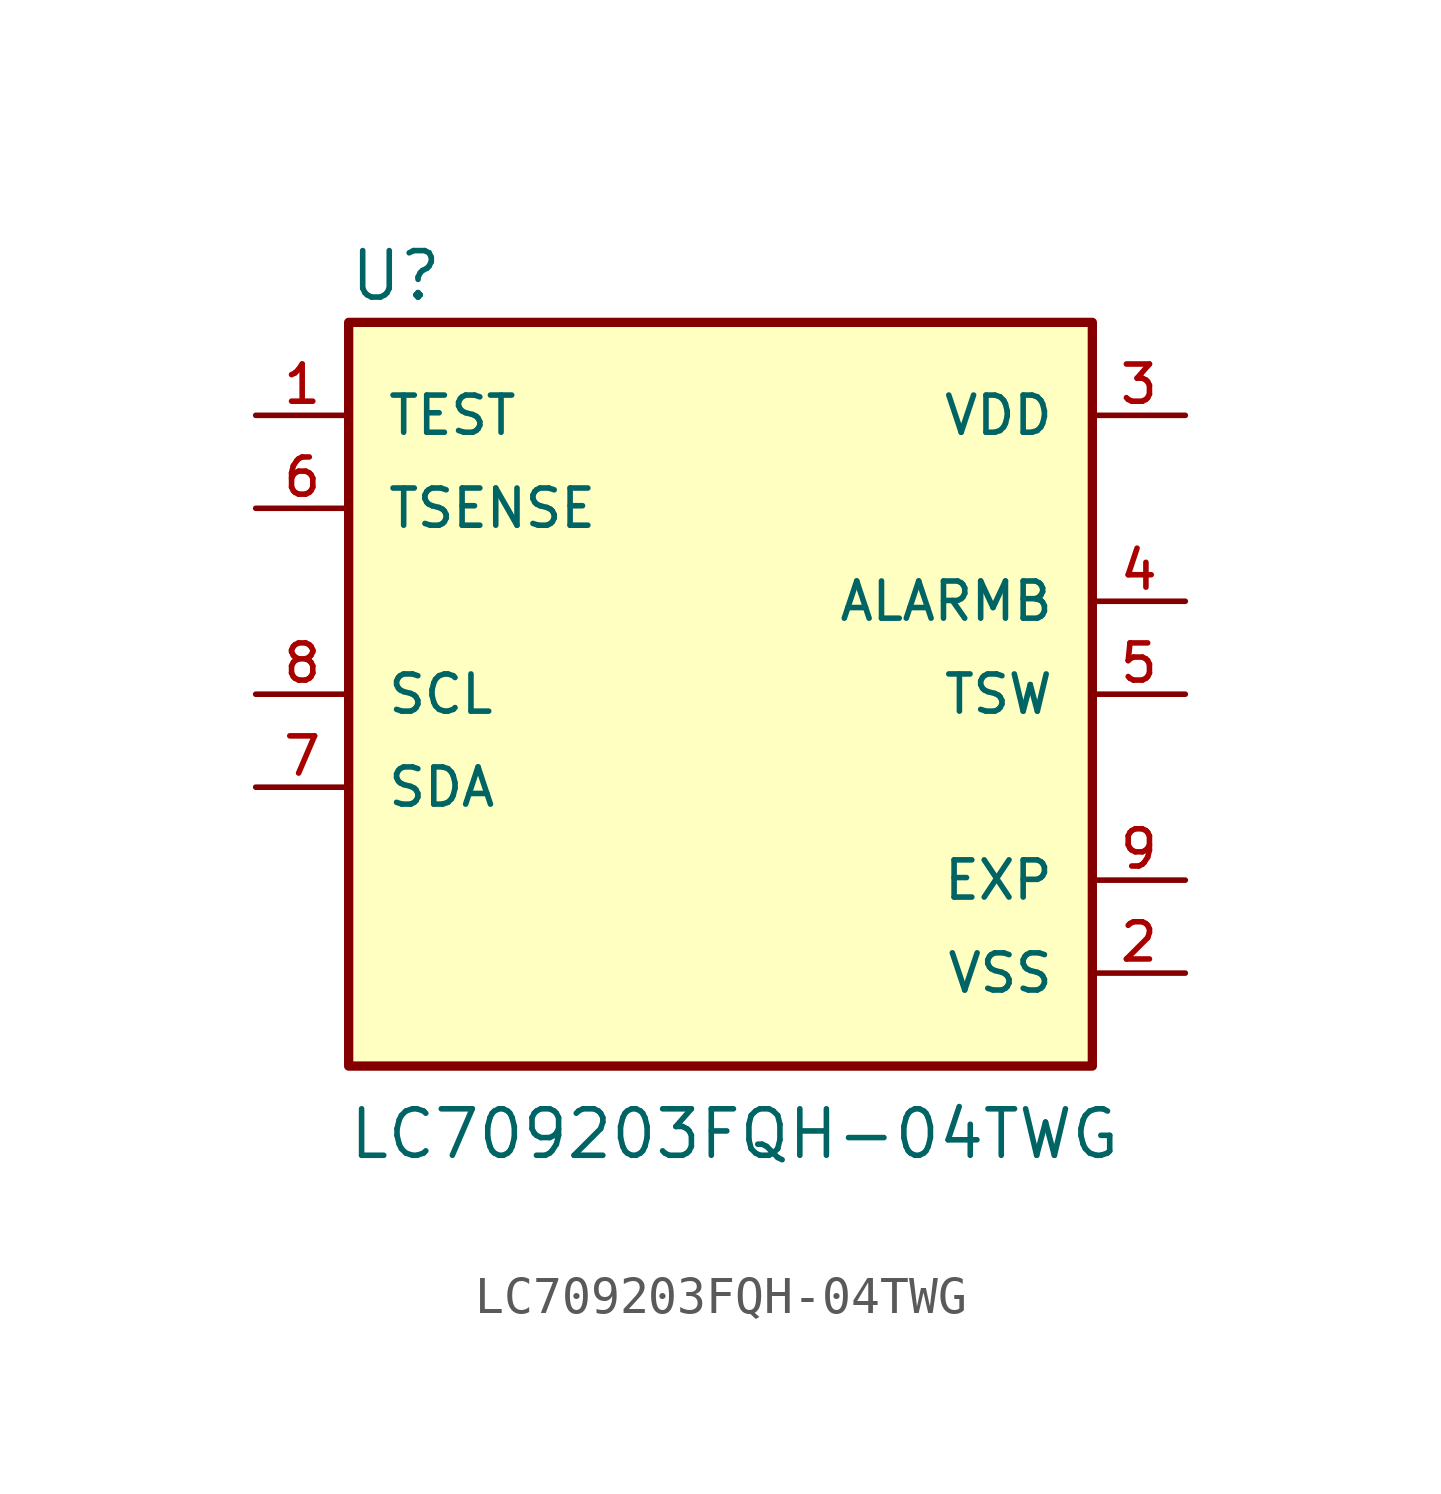
<source format=kicad_sym>
(kicad_symbol_lib
  (version 20211014)
  (generator kicad_symbol_editor)
  (symbol "LC709203FQH-04TWG"
    (pin_names
      (offset 1.016))
    (property "Reference" "U"
      (at -10.179 10.688 0)
      (effects (font (size 1.27 1.27)) (justify bottom left)))
    (property "Value" "LC709203FQH-04TWG"
      (at -10.209 -12.761 0)
      (effects (font (size 1.27 1.27)) (justify bottom left)))
    (symbol "LC709203FQH-04TWG_0_0"
      (rectangle (start -10.16 -10.16) (end 10.16 10.16) (stroke (width 0.254)) (fill (type background)))
      (pin input line (at -12.7 7.62 0) (length 2.54) (name "TEST" (effects (font (size 1.016 1.016)))) (number "1" (effects (font (size 1.016 1.016)))))
      (pin power_in line (at 12.7 -7.62 180.0) (length 2.54) (name "VSS" (effects (font (size 1.016 1.016)))) (number "2" (effects (font (size 1.016 1.016)))))
      (pin power_in line (at 12.7 7.62 180.0) (length 2.54) (name "VDD" (effects (font (size 1.016 1.016)))) (number "3" (effects (font (size 1.016 1.016)))))
      (pin output line (at 12.7 2.54 180.0) (length 2.54) (name "ALARMB" (effects (font (size 1.016 1.016)))) (number "4" (effects (font (size 1.016 1.016)))))
      (pin output line (at 12.7 0.0 180.0) (length 2.54) (name "TSW" (effects (font (size 1.016 1.016)))) (number "5" (effects (font (size 1.016 1.016)))))
      (pin input line (at -12.7 5.08 0) (length 2.54) (name "TSENSE" (effects (font (size 1.016 1.016)))) (number "6" (effects (font (size 1.016 1.016)))))
      (pin bidirectional line (at -12.7 -2.54 0) (length 2.54) (name "SDA" (effects (font (size 1.016 1.016)))) (number "7" (effects (font (size 1.016 1.016)))))
      (pin bidirectional line (at -12.7 0.0 0) (length 2.54) (name "SCL" (effects (font (size 1.016 1.016)))) (number "8" (effects (font (size 1.016 1.016)))))
      (pin power_in line (at 12.7 -5.08 180.0) (length 2.54) (name "EXP" (effects (font (size 1.016 1.016)))) (number "9" (effects (font (size 1.016 1.016))))))))
</source>
